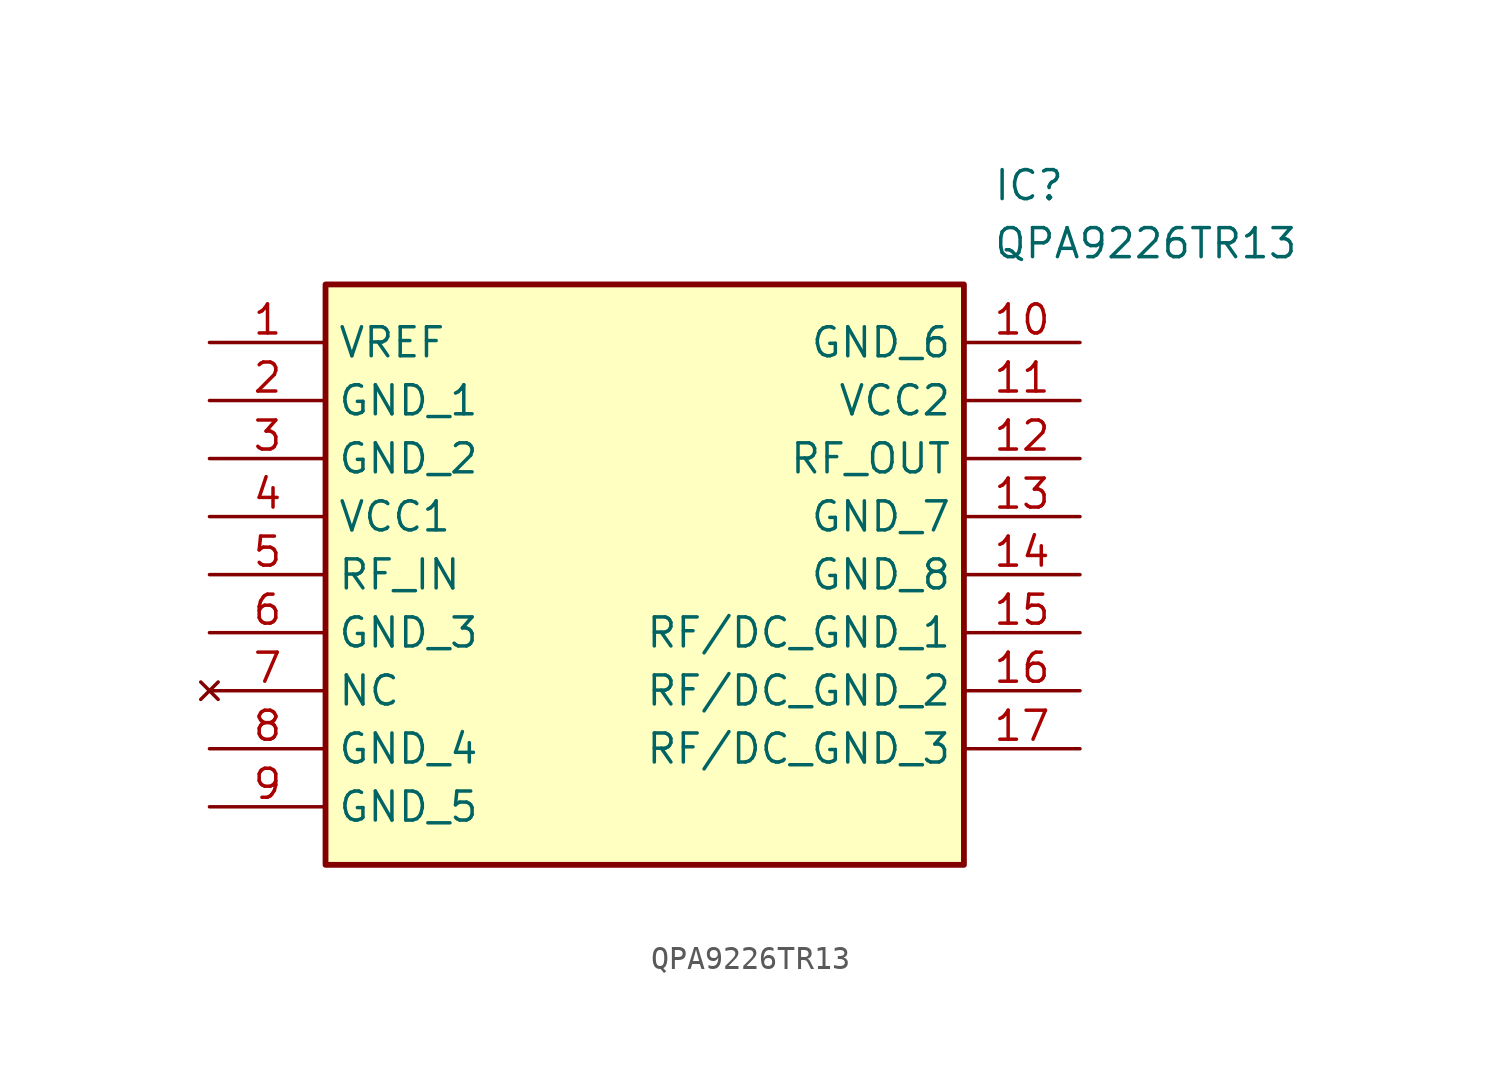
<source format=kicad_sym>
(kicad_symbol_lib
  (version 20211014)
  (generator SamacSys_ECAD_Model)
  (symbol "QPA9226TR13"
    (property "Reference" "IC"
      (at 34.29 7.62 0)
      (effects (font (size 1.27 1.27)) (justify left top)))
    (property "Value" "QPA9226TR13"
      (at 34.29 5.08 0)
      (effects (font (size 1.27 1.27)) (justify left top)))
    (rectangle
      (start 5.08 2.54)
      (end 33.02 -22.86)
      (stroke (width 0.254) (type default))
      (fill (type background)))
    (pin passive line
      (at 0 0 0)
      (length 5.08)
      (name "VREF" (effects (font (size 1.27 1.27))))
      (number "1" (effects (font (size 1.27 1.27)))))
    (pin passive line
      (at 0 -2.54 0)
      (length 5.08)
      (name "GND_1" (effects (font (size 1.27 1.27))))
      (number "2" (effects (font (size 1.27 1.27)))))
    (pin passive line
      (at 0 -5.08 0)
      (length 5.08)
      (name "GND_2" (effects (font (size 1.27 1.27))))
      (number "3" (effects (font (size 1.27 1.27)))))
    (pin passive line
      (at 0 -7.62 0)
      (length 5.08)
      (name "VCC1" (effects (font (size 1.27 1.27))))
      (number "4" (effects (font (size 1.27 1.27)))))
    (pin passive line
      (at 0 -10.16 0)
      (length 5.08)
      (name "RF_IN" (effects (font (size 1.27 1.27))))
      (number "5" (effects (font (size 1.27 1.27)))))
    (pin passive line
      (at 0 -12.7 0)
      (length 5.08)
      (name "GND_3" (effects (font (size 1.27 1.27))))
      (number "6" (effects (font (size 1.27 1.27)))))
    (pin no_connect line
      (at 0 -15.24 0)
      (length 5.08)
      (name "NC" (effects (font (size 1.27 1.27))))
      (number "7" (effects (font (size 1.27 1.27)))))
    (pin passive line
      (at 0 -17.78 0)
      (length 5.08)
      (name "GND_4" (effects (font (size 1.27 1.27))))
      (number "8" (effects (font (size 1.27 1.27)))))
    (pin passive line
      (at 0 -20.32 0)
      (length 5.08)
      (name "GND_5" (effects (font (size 1.27 1.27))))
      (number "9" (effects (font (size 1.27 1.27)))))
    (pin passive line
      (at 38.1 0 180)
      (length 5.08)
      (name "GND_6" (effects (font (size 1.27 1.27))))
      (number "10" (effects (font (size 1.27 1.27)))))
    (pin passive line
      (at 38.1 -2.54 180)
      (length 5.08)
      (name "VCC2" (effects (font (size 1.27 1.27))))
      (number "11" (effects (font (size 1.27 1.27)))))
    (pin passive line
      (at 38.1 -5.08 180)
      (length 5.08)
      (name "RF_OUT" (effects (font (size 1.27 1.27))))
      (number "12" (effects (font (size 1.27 1.27)))))
    (pin passive line
      (at 38.1 -7.62 180)
      (length 5.08)
      (name "GND_7" (effects (font (size 1.27 1.27))))
      (number "13" (effects (font (size 1.27 1.27)))))
    (pin passive line
      (at 38.1 -10.16 180)
      (length 5.08)
      (name "GND_8" (effects (font (size 1.27 1.27))))
      (number "14" (effects (font (size 1.27 1.27)))))
    (pin passive line
      (at 38.1 -12.7 180)
      (length 5.08)
      (name "RF/DC_GND_1" (effects (font (size 1.27 1.27))))
      (number "15" (effects (font (size 1.27 1.27)))))
    (pin passive line
      (at 38.1 -15.24 180)
      (length 5.08)
      (name "RF/DC_GND_2" (effects (font (size 1.27 1.27))))
      (number "16" (effects (font (size 1.27 1.27)))))
    (pin passive line
      (at 38.1 -17.78 180)
      (length 5.08)
      (name "RF/DC_GND_3" (effects (font (size 1.27 1.27))))
      (number "17" (effects (font (size 1.27 1.27)))))))
</source>
